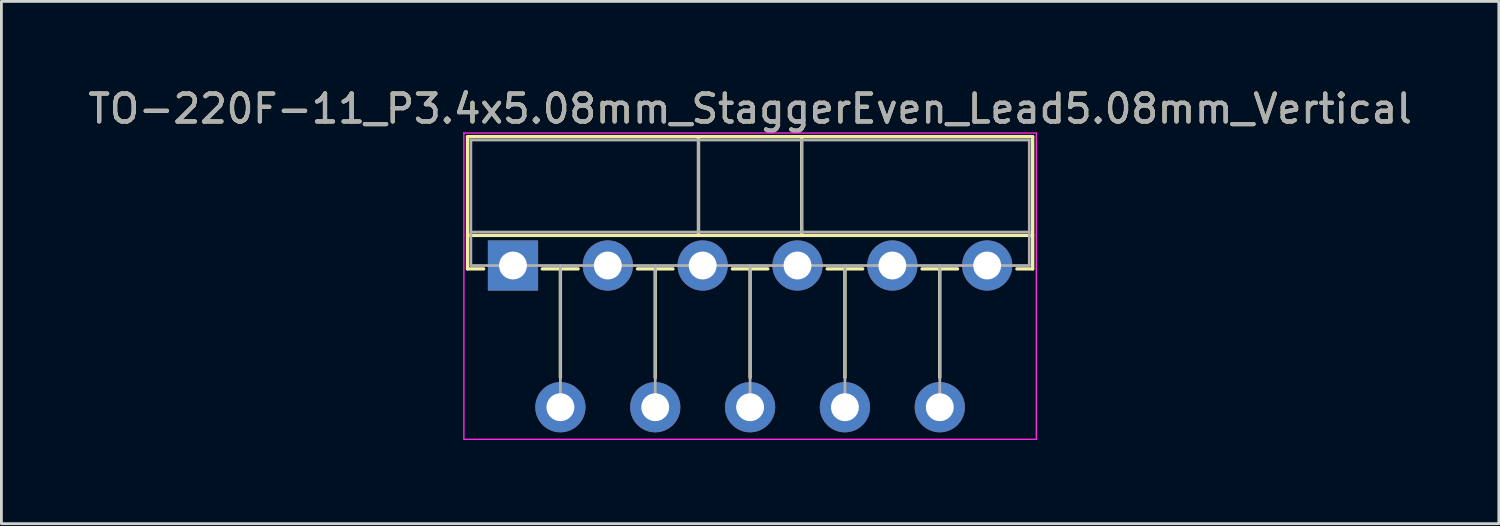
<source format=kicad_pcb>
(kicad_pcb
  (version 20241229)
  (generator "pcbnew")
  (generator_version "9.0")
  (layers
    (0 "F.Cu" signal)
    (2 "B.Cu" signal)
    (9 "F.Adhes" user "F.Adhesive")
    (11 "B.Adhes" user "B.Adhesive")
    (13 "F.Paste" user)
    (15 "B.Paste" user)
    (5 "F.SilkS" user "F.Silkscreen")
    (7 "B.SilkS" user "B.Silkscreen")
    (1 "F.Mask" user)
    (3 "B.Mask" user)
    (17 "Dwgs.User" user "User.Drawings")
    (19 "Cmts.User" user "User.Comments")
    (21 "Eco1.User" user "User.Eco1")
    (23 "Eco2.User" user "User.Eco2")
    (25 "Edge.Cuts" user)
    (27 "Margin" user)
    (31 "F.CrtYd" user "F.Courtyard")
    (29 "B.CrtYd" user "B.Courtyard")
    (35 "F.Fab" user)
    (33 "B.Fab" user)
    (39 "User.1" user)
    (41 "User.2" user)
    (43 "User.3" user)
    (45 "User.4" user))
  (footprint "TO-220F-11_P3.4x5.08mm_StaggerEven_Lead5.08mm_Vertical"
    (layer "F.Cu")
    (at 15.339 6.468)
    (property "Reference" "TO-220F-11_P3.4x5.08mm_StaggerEven_Lead5.08mm_Vertical" (at 8.5 -5.62 0) (layer "F.SilkS") (effects (font (size 1 1) (thickness 0.15))))
    (attr through_hole)
    (fp_line (start -1.63 -4.62) (end -1.63 0.121) (stroke (width 0.12) (type solid)) (layer "F.SilkS"))
    (fp_line (start -1.63 -4.62) (end 18.63 -4.62) (stroke (width 0.12) (type solid)) (layer "F.SilkS"))
    (fp_line (start -1.63 -1.08) (end 18.63 -1.08) (stroke (width 0.12) (type solid)) (layer "F.SilkS"))
    (fp_line (start -1.63 0.121) (end -1.05 0.121) (stroke (width 0.12) (type solid)) (layer "F.SilkS"))
    (fp_line (start 1.05 0.121) (end 2.335 0.121) (stroke (width 0.12) (type solid)) (layer "F.SilkS"))
    (fp_line (start 1.7 0.121) (end 1.7 4.015) (stroke (width 0.12) (type solid)) (layer "F.SilkS"))
    (fp_line (start 4.465 0.121) (end 5.735 0.121) (stroke (width 0.12) (type solid)) (layer "F.SilkS"))
    (fp_line (start 5.1 0.121) (end 5.1 4.015) (stroke (width 0.12) (type solid)) (layer "F.SilkS"))
    (fp_line (start 6.65 -4.62) (end 6.65 -1.08) (stroke (width 0.12) (type solid)) (layer "F.SilkS"))
    (fp_line (start 7.865 0.121) (end 9.135 0.121) (stroke (width 0.12) (type solid)) (layer "F.SilkS"))
    (fp_line (start 8.5 0.121) (end 8.5 4.015) (stroke (width 0.12) (type solid)) (layer "F.SilkS"))
    (fp_line (start 10.35 -4.62) (end 10.35 -1.08) (stroke (width 0.12) (type solid)) (layer "F.SilkS"))
    (fp_line (start 11.265 0.121) (end 12.535 0.121) (stroke (width 0.12) (type solid)) (layer "F.SilkS"))
    (fp_line (start 11.9 0.121) (end 11.9 4.015) (stroke (width 0.12) (type solid)) (layer "F.SilkS"))
    (fp_line (start 14.665 0.121) (end 15.935 0.121) (stroke (width 0.12) (type solid)) (layer "F.SilkS"))
    (fp_line (start 15.3 0.121) (end 15.3 4.015) (stroke (width 0.12) (type solid)) (layer "F.SilkS"))
    (fp_line (start 18.065 0.121) (end 18.63 0.121) (stroke (width 0.12) (type solid)) (layer "F.SilkS"))
    (fp_line (start 18.63 -4.62) (end 18.63 0.121) (stroke (width 0.12) (type solid)) (layer "F.SilkS"))
    (fp_line (start -1.76 -4.75) (end -1.76 6.23) (stroke (width 0.05) (type solid)) (layer "F.CrtYd"))
    (fp_line (start -1.76 6.23) (end 18.76 6.23) (stroke (width 0.05) (type solid)) (layer "F.CrtYd"))
    (fp_line (start 18.76 -4.75) (end -1.76 -4.75) (stroke (width 0.05) (type solid)) (layer "F.CrtYd"))
    (fp_line (start 18.76 6.23) (end 18.76 -4.75) (stroke (width 0.05) (type solid)) (layer "F.CrtYd"))
    (fp_line (start -1.51 -4.5) (end -1.51 0) (stroke (width 0.1) (type solid)) (layer "F.Fab"))
    (fp_line (start -1.51 -1.2) (end 18.51 -1.2) (stroke (width 0.1) (type solid)) (layer "F.Fab"))
    (fp_line (start -1.51 0) (end 18.51 0) (stroke (width 0.1) (type solid)) (layer "F.Fab"))
    (fp_line (start 1.7 0) (end 1.7 5.08) (stroke (width 0.1) (type solid)) (layer "F.Fab"))
    (fp_line (start 5.1 0) (end 5.1 5.08) (stroke (width 0.1) (type solid)) (layer "F.Fab"))
    (fp_line (start 6.65 -4.5) (end 6.65 -1.2) (stroke (width 0.1) (type solid)) (layer "F.Fab"))
    (fp_line (start 8.5 0) (end 8.5 5.08) (stroke (width 0.1) (type solid)) (layer "F.Fab"))
    (fp_line (start 10.35 -4.5) (end 10.35 -1.2) (stroke (width 0.1) (type solid)) (layer "F.Fab"))
    (fp_line (start 11.9 0) (end 11.9 5.08) (stroke (width 0.1) (type solid)) (layer "F.Fab"))
    (fp_line (start 15.3 0) (end 15.3 5.08) (stroke (width 0.1) (type solid)) (layer "F.Fab"))
    (fp_line (start 18.51 -4.5) (end -1.51 -4.5) (stroke (width 0.1) (type solid)) (layer "F.Fab"))
    (fp_line (start 18.51 0) (end 18.51 -4.5) (stroke (width 0.1) (type solid)) (layer "F.Fab"))
    (fp_text user "${REFERENCE}" (at 8.5 -5.62 0) (layer "F.Fab") (effects (font (size 1 1) (thickness 0.15))))
    (pad "1" thru_hole rect (at 0 0) (size 1.8 1.8) (drill 1) (layers "*.Cu" "*.Mask"))
    (pad "2" thru_hole oval (at 1.7 5.08) (size 1.8 1.8) (drill 1) (layers "*.Cu" "*.Mask"))
    (pad "3" thru_hole oval (at 3.4 0) (size 1.8 1.8) (drill 1) (layers "*.Cu" "*.Mask"))
    (pad "4" thru_hole oval (at 5.1 5.08) (size 1.8 1.8) (drill 1) (layers "*.Cu" "*.Mask"))
    (pad "5" thru_hole oval (at 6.8 0) (size 1.8 1.8) (drill 1) (layers "*.Cu" "*.Mask"))
    (pad "6" thru_hole oval (at 8.5 5.08) (size 1.8 1.8) (drill 1) (layers "*.Cu" "*.Mask"))
    (pad "7" thru_hole oval (at 10.2 0) (size 1.8 1.8) (drill 1) (layers "*.Cu" "*.Mask"))
    (pad "8" thru_hole oval (at 11.9 5.08) (size 1.8 1.8) (drill 1) (layers "*.Cu" "*.Mask"))
    (pad "9" thru_hole oval (at 13.6 0) (size 1.8 1.8) (drill 1) (layers "*.Cu" "*.Mask"))
    (pad "10" thru_hole oval (at 15.3 5.08) (size 1.8 1.8) (drill 1) (layers "*.Cu" "*.Mask"))
    (pad "11" thru_hole oval (at 17 0) (size 1.8 1.8) (drill 1) (layers "*.Cu" "*.Mask")))
  (gr_rect
    (start -3 -3)
    (end 50.679 15.723)
    (stroke (width 0.1) (type default))
    (fill no)
    (layer "Edge.Cuts")))
</source>
